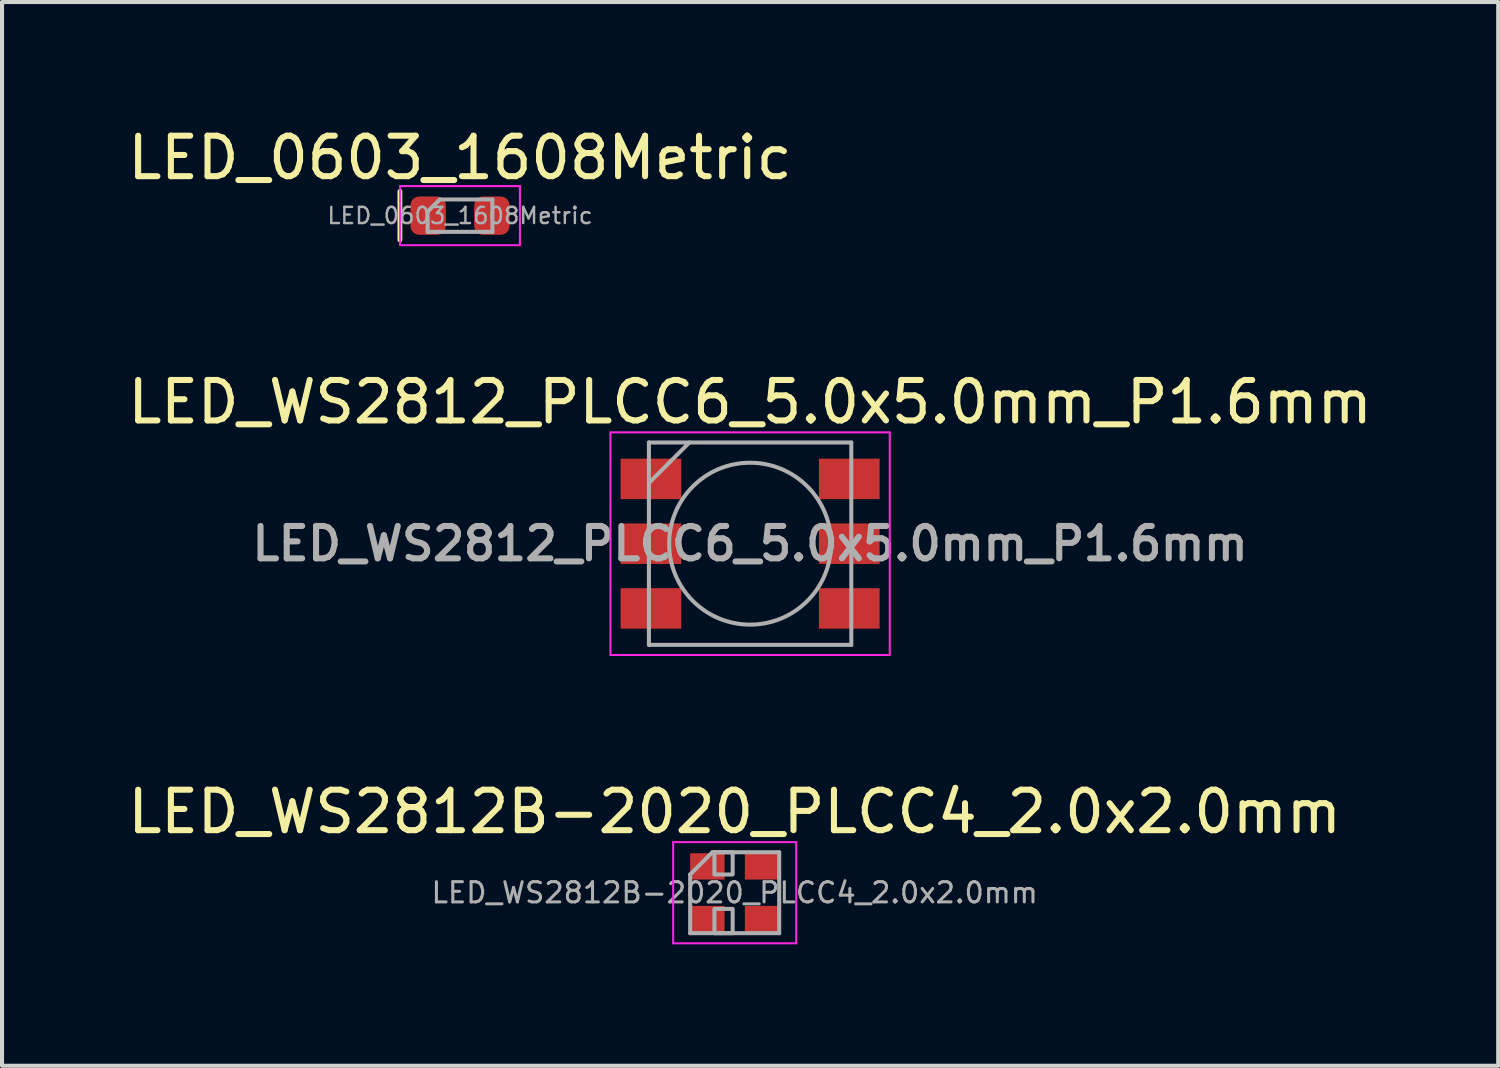
<source format=kicad_pcb>
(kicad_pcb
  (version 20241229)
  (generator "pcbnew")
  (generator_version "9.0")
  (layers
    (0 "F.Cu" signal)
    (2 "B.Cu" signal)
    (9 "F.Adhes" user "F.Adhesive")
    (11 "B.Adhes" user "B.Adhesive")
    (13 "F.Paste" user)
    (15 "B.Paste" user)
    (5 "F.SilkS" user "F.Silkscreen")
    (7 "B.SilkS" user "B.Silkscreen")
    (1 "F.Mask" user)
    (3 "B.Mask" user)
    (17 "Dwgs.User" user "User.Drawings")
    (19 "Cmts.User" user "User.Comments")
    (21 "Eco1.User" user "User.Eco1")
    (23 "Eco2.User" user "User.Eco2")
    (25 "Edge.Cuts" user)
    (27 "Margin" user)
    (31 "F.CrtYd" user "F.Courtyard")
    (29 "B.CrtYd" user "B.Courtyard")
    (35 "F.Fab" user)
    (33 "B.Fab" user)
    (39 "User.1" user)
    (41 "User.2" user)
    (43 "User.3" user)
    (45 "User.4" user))
  (footprint "LED_WS2812_PLCC6_5.0x5.0mm_P1.6mm"
    (layer "F.Cu")
    (at 15.482 10.382)
    (property "Reference" "LED_WS2812_PLCC6_5.0x5.0mm_P1.6mm" (at 0 -3.5 0) (layer "F.SilkS") (effects (font (size 1 1) (thickness 0.15))))
    (attr smd)
    (fp_line (start -3.45 -2.75) (end -3.45 2.75) (stroke (width 0.05) (type solid)) (layer "F.CrtYd"))
    (fp_line (start -3.45 2.75) (end 3.45 2.75) (stroke (width 0.05) (type solid)) (layer "F.CrtYd"))
    (fp_line (start 3.45 -2.75) (end -3.45 -2.75) (stroke (width 0.05) (type solid)) (layer "F.CrtYd"))
    (fp_line (start 3.45 2.75) (end 3.45 -2.75) (stroke (width 0.05) (type solid)) (layer "F.CrtYd"))
    (fp_line (start -2.5 -2.5) (end 2.5 -2.5) (stroke (width 0.1) (type solid)) (layer "F.Fab"))
    (fp_line (start -2.5 -1.5) (end -1.5 -2.5) (stroke (width 0.1) (type solid)) (layer "F.Fab"))
    (fp_line (start -2.5 2.5) (end -2.5 -2.5) (stroke (width 0.1) (type solid)) (layer "F.Fab"))
    (fp_line (start 2.5 -2.5) (end 2.5 2.5) (stroke (width 0.1) (type solid)) (layer "F.Fab"))
    (fp_line (start 2.5 2.5) (end -2.5 2.5) (stroke (width 0.1) (type solid)) (layer "F.Fab"))
    (fp_circle (center 0 0) (end 0 -2) (stroke (width 0.1) (type solid)) (fill no) (layer "F.Fab"))
    (fp_text user "${REFERENCE}" (at 0 0 0) (layer "F.Fab") (effects (font (size 0.8 0.8) (thickness 0.15))))
    (pad "1" smd rect (at -2.45 -1.6) (size 1.5 1) (layers "F.Cu" "F.Mask" "F.Paste"))
    (pad "2" smd rect (at -2.45 0) (size 1.5 1) (layers "F.Cu" "F.Mask" "F.Paste"))
    (pad "3" smd rect (at -2.45 1.6) (size 1.5 1) (layers "F.Cu" "F.Mask" "F.Paste"))
    (pad "4" smd rect (at 2.45 1.6) (size 1.5 1) (layers "F.Cu" "F.Mask" "F.Paste"))
    (pad "5" smd rect (at 2.45 0) (size 1.5 1) (layers "F.Cu" "F.Mask" "F.Paste"))
    (pad "6" smd rect (at 2.45 -1.6) (size 1.5 1) (layers "F.Cu" "F.Mask" "F.Paste")))
  (footprint "LED_0603_1608Metric"
    (layer "F.Cu")
    (at 8.315 2.278)
    (property "Reference" "LED_0603_1608Metric" (at 0 -1.43 0) (layer "F.SilkS") (effects (font (size 1 1) (thickness 0.15))))
    (attr smd)
    (fp_line (start -1.485 -0.6) (end -1.485 0.6) (stroke (width 0.12) (type solid)) (layer "F.SilkS"))
    (fp_line (start -1.48 -0.73) (end 1.48 -0.73) (stroke (width 0.05) (type solid)) (layer "F.CrtYd"))
    (fp_line (start -1.48 0.73) (end -1.48 -0.73) (stroke (width 0.05) (type solid)) (layer "F.CrtYd"))
    (fp_line (start 1.48 -0.73) (end 1.48 0.73) (stroke (width 0.05) (type solid)) (layer "F.CrtYd"))
    (fp_line (start 1.48 0.73) (end -1.48 0.73) (stroke (width 0.05) (type solid)) (layer "F.CrtYd"))
    (fp_line (start -0.8 -0.1) (end -0.8 0.4) (stroke (width 0.1) (type solid)) (layer "F.Fab"))
    (fp_line (start -0.8 0.4) (end 0.8 0.4) (stroke (width 0.1) (type solid)) (layer "F.Fab"))
    (fp_line (start -0.5 -0.4) (end -0.8 -0.1) (stroke (width 0.1) (type solid)) (layer "F.Fab"))
    (fp_line (start 0.8 -0.4) (end -0.5 -0.4) (stroke (width 0.1) (type solid)) (layer "F.Fab"))
    (fp_line (start 0.8 0.4) (end 0.8 -0.4) (stroke (width 0.1) (type solid)) (layer "F.Fab"))
    (fp_text user "${REFERENCE}" (at 0 0 0) (layer "F.Fab") (effects (font (size 0.4 0.4) (thickness 0.06))))
    (pad "1" smd roundrect (at -0.787 0) (size 0.875 0.95) (layers "F.Cu" "F.Mask" "F.Paste") (roundrect_rratio 0.25))
    (pad "2" smd roundrect (at 0.787 0) (size 0.875 0.95) (layers "F.Cu" "F.Mask" "F.Paste") (roundrect_rratio 0.25))
    (zone (net_name "") (layer "F.Cu") (hatch edge 0.5) (connect_pads) (min_thickness 0.25) (filled_areas_thickness no) (keepout (tracks allowed) (vias allowed) (pads allowed) (copperpour not_allowed) (footprints allowed)) (placement (enabled no)) (fill) (polygon (pts (xy 6.84 3.003) (xy 9.79 3.003) (xy 9.79 1.553) (xy 6.84 1.553)))))
  (footprint "LED_WS2812B-2020_PLCC4_2.0x2.0mm"
    (layer "F.Cu")
    (at 15.101 19.005)
    (property "Reference" "LED_WS2812B-2020_PLCC4_2.0x2.0mm" (at 0 -2 0) (layer "F.SilkS") (effects (font (size 1 1) (thickness 0.15))))
    (attr smd)
    (fp_line (start -1.52 -1.25) (end -1.52 1.25) (stroke (width 0.05) (type solid)) (layer "F.CrtYd"))
    (fp_line (start -1.52 1.25) (end 1.52 1.25) (stroke (width 0.05) (type solid)) (layer "F.CrtYd"))
    (fp_line (start 1.52 -1.25) (end -1.52 -1.25) (stroke (width 0.05) (type solid)) (layer "F.CrtYd"))
    (fp_line (start 1.52 1.25) (end 1.52 -1.25) (stroke (width 0.05) (type solid)) (layer "F.CrtYd"))
    (fp_line (start -1.1 -0.45) (end -1.1 1) (stroke (width 0.1) (type solid)) (layer "F.Fab"))
    (fp_line (start -1.1 1) (end 1.1 1) (stroke (width 0.1) (type solid)) (layer "F.Fab"))
    (fp_line (start -0.55 -1) (end -1.1 -0.45) (stroke (width 0.1) (type solid)) (layer "F.Fab"))
    (fp_line (start 1.1 -1) (end -0.55 -1) (stroke (width 0.1) (type solid)) (layer "F.Fab"))
    (fp_line (start 1.1 -1) (end 1.1 1) (stroke (width 0.1) (type solid)) (layer "F.Fab"))
    (fp_rect (start -0.5 -1) (end -0.05 -0.45) (stroke (width 0.1) (type solid)) (fill no) (layer "F.Fab"))
    (fp_rect (start -0.5 0.4) (end -0.05 1) (stroke (width 0.1) (type solid)) (fill no) (layer "F.Fab"))
    (fp_text user "${REFERENCE}" (at 0 0 0) (layer "F.Fab") (effects (font (size 0.5 0.5) (thickness 0.075))))
    (pad "1" smd rect (at -0.675 -0.65) (size 0.85 0.65) (layers "F.Cu" "F.Mask" "F.Paste"))
    (pad "2" smd rect (at -0.675 0.65) (size 0.85 0.65) (layers "F.Cu" "F.Mask" "F.Paste"))
    (pad "3" smd rect (at 0.675 0.65) (size 0.85 0.65) (layers "F.Cu" "F.Mask" "F.Paste"))
    (pad "4" smd rect (at 0.675 -0.65) (size 0.85 0.65) (layers "F.Cu" "F.Mask" "F.Paste"))
    (zone (net_name "") (layer "F.Cu") (hatch edge 0.5) (connect_pads) (min_thickness 0.25) (filled_areas_thickness no) (keepout (tracks allowed) (vias allowed) (pads allowed) (copperpour not_allowed) (footprints allowed)) (placement (enabled no)) (fill) (polygon (pts (xy 13.576 20.255) (xy 16.626 20.255) (xy 16.626 17.755) (xy 13.576 17.755)))))
  (gr_rect
    (start -3 -3)
    (end 33.964 23.28)
    (stroke (width 0.1) (type default))
    (fill no)
    (layer "Edge.Cuts")))
</source>
